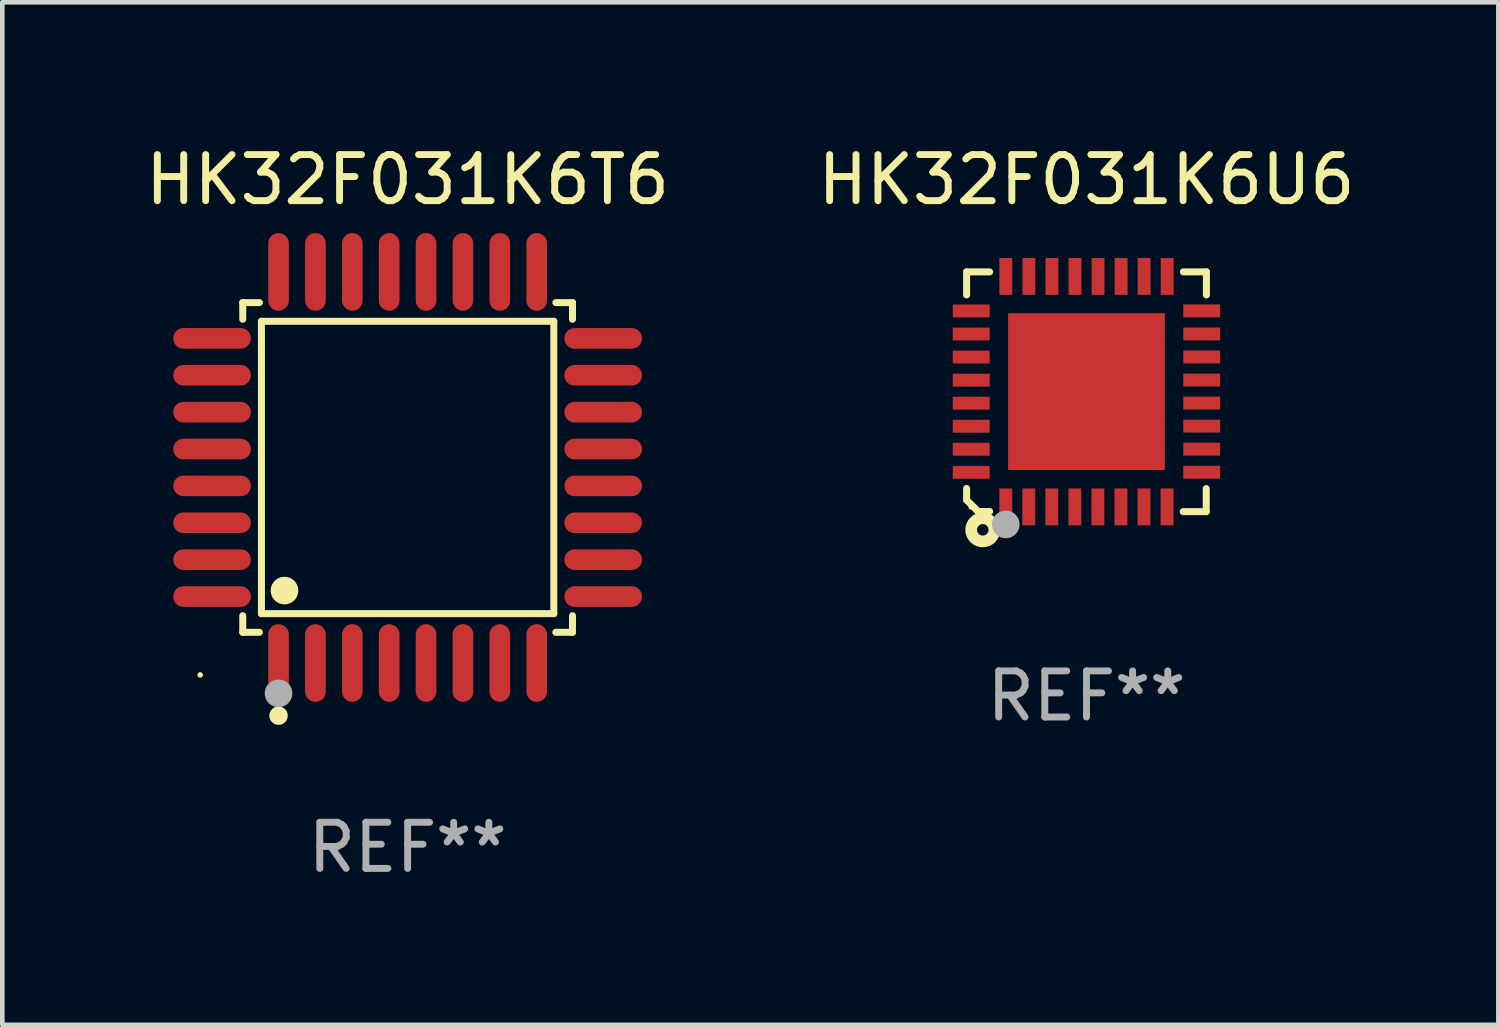
<source format=kicad_pcb>
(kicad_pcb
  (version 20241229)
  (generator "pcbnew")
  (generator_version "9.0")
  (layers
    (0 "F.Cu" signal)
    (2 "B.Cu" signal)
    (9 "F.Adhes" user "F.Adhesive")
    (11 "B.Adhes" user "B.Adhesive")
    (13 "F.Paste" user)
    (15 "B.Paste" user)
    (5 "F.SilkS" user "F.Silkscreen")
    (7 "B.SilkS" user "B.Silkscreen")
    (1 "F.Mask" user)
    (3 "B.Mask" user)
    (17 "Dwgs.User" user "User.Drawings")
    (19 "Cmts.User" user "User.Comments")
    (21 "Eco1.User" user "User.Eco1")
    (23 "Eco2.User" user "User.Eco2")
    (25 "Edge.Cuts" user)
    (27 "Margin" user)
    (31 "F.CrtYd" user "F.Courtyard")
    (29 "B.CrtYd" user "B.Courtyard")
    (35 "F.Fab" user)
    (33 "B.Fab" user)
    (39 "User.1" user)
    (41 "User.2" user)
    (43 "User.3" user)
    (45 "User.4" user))
  (footprint "HK32F031K6U6"
    (layer "F.Cu")
    (at 20.518 5.448)
    (property "Reference" "HK32F031K6U6" (at 0 -4.6 0) (layer "F.SilkS") (effects (font (size 1 1) (thickness 0.15))))
    (attr through_hole)
    (fp_line (start -2.601 2.097) (end -2.601 2.347) (stroke (width 0.152) (type solid)) (layer "F.SilkS"))
    (fp_line (start -2.601 2.347) (end -2.351 2.597) (stroke (width 0.152) (type solid)) (layer "F.SilkS"))
    (fp_line (start -2.601 -2.6) (end -2.601 -2.1) (stroke (width 0.152) (type solid)) (layer "F.SilkS"))
    (fp_line (start -2.601 -2.6) (end -2.101 -2.6) (stroke (width 0.152) (type solid)) (layer "F.SilkS"))
    (fp_line (start -2.351 2.597) (end -2.101 2.597) (stroke (width 0.152) (type solid)) (layer "F.SilkS"))
    (fp_line (start 2.597 2.6) (end 2.097 2.6) (stroke (width 0.152) (type solid)) (layer "F.SilkS"))
    (fp_line (start 2.597 2.6) (end 2.597 2.1) (stroke (width 0.152) (type solid)) (layer "F.SilkS"))
    (fp_line (start 2.601 -2.6) (end 2.101 -2.6) (stroke (width 0.152) (type solid)) (layer "F.SilkS"))
    (fp_line (start 2.601 -2.6) (end 2.601 -2.1) (stroke (width 0.152) (type solid)) (layer "F.SilkS"))
    (fp_circle (center -2.501 2.497) (end -2.471 2.497) (stroke (width 0.06) (type solid)) (fill no) (layer "F.SilkS"))
    (fp_circle (center -2.25 2.995) (end -2.125 2.995) (stroke (width 0.254) (type solid)) (fill no) (layer "F.SilkS"))
    (fp_circle (center -1.751 2.878) (end -1.601 2.878) (stroke (width 0.3) (type solid)) (fill no) (layer "F.Fab"))
    (fp_text user "REF**" (at 0 6.6 0) (layer "F.Fab") (effects (font (size 1 1) (thickness 0.15))))
    (pad "1" smd rect (at -1.751 2.497) (size 0.28 0.8) (layers "F.Cu" "F.Mask" "F.Paste"))
    (pad "2" smd rect (at -1.253 2.497) (size 0.28 0.8) (layers "F.Cu" "F.Mask" "F.Paste"))
    (pad "3" smd rect (at -0.753 2.497) (size 0.28 0.8) (layers "F.Cu" "F.Mask" "F.Paste"))
    (pad "4" smd rect (at -0.253 2.497) (size 0.28 0.8) (layers "F.Cu" "F.Mask" "F.Paste"))
    (pad "5" smd rect (at 0.247 2.497) (size 0.28 0.8) (layers "F.Cu" "F.Mask" "F.Paste"))
    (pad "6" smd rect (at 0.747 2.497) (size 0.28 0.8) (layers "F.Cu" "F.Mask" "F.Paste"))
    (pad "7" smd rect (at 1.247 2.497) (size 0.28 0.8) (layers "F.Cu" "F.Mask" "F.Paste"))
    (pad "8" smd rect (at 1.747 2.497) (size 0.28 0.8) (layers "F.Cu" "F.Mask" "F.Paste"))
    (pad "9" smd rect (at 2.499 1.746) (size 0.8 0.28) (layers "F.Cu" "F.Mask" "F.Paste"))
    (pad "10" smd rect (at 2.499 1.245) (size 0.8 0.28) (layers "F.Cu" "F.Mask" "F.Paste"))
    (pad "11" smd rect (at 2.499 0.746) (size 0.8 0.28) (layers "F.Cu" "F.Mask" "F.Paste"))
    (pad "12" smd rect (at 2.499 0.245) (size 0.8 0.28) (layers "F.Cu" "F.Mask" "F.Paste"))
    (pad "13" smd rect (at 2.499 -0.254) (size 0.8 0.28) (layers "F.Cu" "F.Mask" "F.Paste"))
    (pad "14" smd rect (at 2.499 -0.755) (size 0.8 0.28) (layers "F.Cu" "F.Mask" "F.Paste"))
    (pad "15" smd rect (at 2.499 -1.254) (size 0.8 0.28) (layers "F.Cu" "F.Mask" "F.Paste"))
    (pad "16" smd rect (at 2.499 -1.755) (size 0.8 0.28) (layers "F.Cu" "F.Mask" "F.Paste"))
    (pad "17" smd rect (at 1.75 -2.502) (size 0.28 0.8) (layers "F.Cu" "F.Mask" "F.Paste"))
    (pad "18" smd rect (at 1.25 -2.502) (size 0.28 0.8) (layers "F.Cu" "F.Mask" "F.Paste"))
    (pad "19" smd rect (at 0.75 -2.502) (size 0.28 0.8) (layers "F.Cu" "F.Mask" "F.Paste"))
    (pad "20" smd rect (at 0.25 -2.502) (size 0.28 0.8) (layers "F.Cu" "F.Mask" "F.Paste"))
    (pad "21" smd rect (at -0.25 -2.502) (size 0.28 0.8) (layers "F.Cu" "F.Mask" "F.Paste"))
    (pad "22" smd rect (at -0.75 -2.502) (size 0.28 0.8) (layers "F.Cu" "F.Mask" "F.Paste"))
    (pad "23" smd rect (at -1.25 -2.502) (size 0.28 0.8) (layers "F.Cu" "F.Mask" "F.Paste"))
    (pad "24" smd rect (at -1.75 -2.502) (size 0.28 0.8) (layers "F.Cu" "F.Mask" "F.Paste"))
    (pad "25" smd rect (at -2.501 -1.753) (size 0.8 0.28) (layers "F.Cu" "F.Mask" "F.Paste"))
    (pad "26" smd rect (at -2.501 -1.252) (size 0.8 0.28) (layers "F.Cu" "F.Mask" "F.Paste"))
    (pad "27" smd rect (at -2.501 -0.753) (size 0.8 0.28) (layers "F.Cu" "F.Mask" "F.Paste"))
    (pad "28" smd rect (at -2.501 -0.252) (size 0.8 0.28) (layers "F.Cu" "F.Mask" "F.Paste"))
    (pad "29" smd rect (at -2.501 0.247) (size 0.8 0.28) (layers "F.Cu" "F.Mask" "F.Paste"))
    (pad "30" smd rect (at -2.501 0.748) (size 0.8 0.28) (layers "F.Cu" "F.Mask" "F.Paste"))
    (pad "31" smd rect (at -2.501 1.247) (size 0.8 0.28) (layers "F.Cu" "F.Mask" "F.Paste"))
    (pad "32" smd rect (at -2.501 1.748) (size 0.8 0.28) (layers "F.Cu" "F.Mask" "F.Paste"))
    (pad "33" smd rect (at -0.001 -0.003 180) (size 3.4 3.4) (layers "F.Cu" "F.Mask" "F.Paste")))
  (footprint "HK32F031K6T6"
    (layer "F.Cu")
    (at 5.792 7.09)
    (property "Reference" "HK32F031K6T6" (at 0 -6.242 0) (layer "F.SilkS") (effects (font (size 1 1) (thickness 0.15))))
    (attr through_hole)
    (fp_line (start -3.576 -3.576) (end -3.215 -3.576) (stroke (width 0.152) (type solid)) (layer "F.SilkS"))
    (fp_line (start -3.576 -3.215) (end -3.576 -3.576) (stroke (width 0.152) (type solid)) (layer "F.SilkS"))
    (fp_line (start -3.576 3.215) (end -3.576 3.576) (stroke (width 0.152) (type solid)) (layer "F.SilkS"))
    (fp_line (start -3.576 3.576) (end -3.215 3.576) (stroke (width 0.152) (type solid)) (layer "F.SilkS"))
    (fp_line (start -3.171 -3.171) (end 3.171 -3.171) (stroke (width 0.152) (type solid)) (layer "F.SilkS"))
    (fp_line (start -3.171 3.171) (end -3.171 -3.171) (stroke (width 0.152) (type solid)) (layer "F.SilkS"))
    (fp_line (start 3.171 -3.171) (end 3.171 3.171) (stroke (width 0.152) (type solid)) (layer "F.SilkS"))
    (fp_line (start 3.171 3.171) (end -3.171 3.171) (stroke (width 0.152) (type solid)) (layer "F.SilkS"))
    (fp_line (start 3.576 -3.576) (end 3.215 -3.576) (stroke (width 0.152) (type solid)) (layer "F.SilkS"))
    (fp_line (start 3.576 -3.215) (end 3.576 -3.576) (stroke (width 0.152) (type solid)) (layer "F.SilkS"))
    (fp_line (start 3.576 3.215) (end 3.576 3.576) (stroke (width 0.152) (type solid)) (layer "F.SilkS"))
    (fp_line (start 3.576 3.576) (end 3.215 3.576) (stroke (width 0.152) (type solid)) (layer "F.SilkS"))
    (fp_circle (center -4.5 4.5) (end -4.47 4.5) (stroke (width 0.06) (type solid)) (fill no) (layer "F.SilkS"))
    (fp_circle (center -2.8 5.384) (end -2.7 5.384) (stroke (width 0.2) (type solid)) (fill no) (layer "F.SilkS"))
    (fp_circle (center -2.671 2.671) (end -2.521 2.671) (stroke (width 0.3) (type solid)) (fill no) (layer "F.SilkS"))
    (fp_circle (center -2.8 4.9) (end -2.65 4.9) (stroke (width 0.3) (type solid)) (fill no) (layer "F.Fab"))
    (fp_text user "REF**" (at 0 8.242 0) (layer "F.Fab") (effects (font (size 1 1) (thickness 0.15))))
    (pad "1" smd oval (at -2.8 4.242) (size 0.448 1.684) (layers "F.Cu" "F.Mask" "F.Paste"))
    (pad "2" smd oval (at -2 4.242) (size 0.448 1.684) (layers "F.Cu" "F.Mask" "F.Paste"))
    (pad "3" smd oval (at -1.2 4.242) (size 0.448 1.684) (layers "F.Cu" "F.Mask" "F.Paste"))
    (pad "4" smd oval (at -0.4 4.242) (size 0.448 1.684) (layers "F.Cu" "F.Mask" "F.Paste"))
    (pad "5" smd oval (at 0.4 4.242) (size 0.448 1.684) (layers "F.Cu" "F.Mask" "F.Paste"))
    (pad "6" smd oval (at 1.2 4.242) (size 0.448 1.684) (layers "F.Cu" "F.Mask" "F.Paste"))
    (pad "7" smd oval (at 2 4.242) (size 0.448 1.684) (layers "F.Cu" "F.Mask" "F.Paste"))
    (pad "8" smd oval (at 2.8 4.242) (size 0.448 1.684) (layers "F.Cu" "F.Mask" "F.Paste"))
    (pad "9" smd oval (at 4.242 2.8) (size 1.684 0.448) (layers "F.Cu" "F.Mask" "F.Paste"))
    (pad "10" smd oval (at 4.242 2) (size 1.684 0.448) (layers "F.Cu" "F.Mask" "F.Paste"))
    (pad "11" smd oval (at 4.242 1.2) (size 1.684 0.448) (layers "F.Cu" "F.Mask" "F.Paste"))
    (pad "12" smd oval (at 4.242 0.4) (size 1.684 0.448) (layers "F.Cu" "F.Mask" "F.Paste"))
    (pad "13" smd oval (at 4.242 -0.4) (size 1.684 0.448) (layers "F.Cu" "F.Mask" "F.Paste"))
    (pad "14" smd oval (at 4.242 -1.2) (size 1.684 0.448) (layers "F.Cu" "F.Mask" "F.Paste"))
    (pad "15" smd oval (at 4.242 -2) (size 1.684 0.448) (layers "F.Cu" "F.Mask" "F.Paste"))
    (pad "16" smd oval (at 4.242 -2.8) (size 1.684 0.448) (layers "F.Cu" "F.Mask" "F.Paste"))
    (pad "17" smd oval (at 2.8 -4.242) (size 0.448 1.684) (layers "F.Cu" "F.Mask" "F.Paste"))
    (pad "18" smd oval (at 2 -4.242) (size 0.448 1.684) (layers "F.Cu" "F.Mask" "F.Paste"))
    (pad "19" smd oval (at 1.2 -4.242) (size 0.448 1.684) (layers "F.Cu" "F.Mask" "F.Paste"))
    (pad "20" smd oval (at 0.4 -4.242) (size 0.448 1.684) (layers "F.Cu" "F.Mask" "F.Paste"))
    (pad "21" smd oval (at -0.4 -4.242) (size 0.448 1.684) (layers "F.Cu" "F.Mask" "F.Paste"))
    (pad "22" smd oval (at -1.2 -4.242) (size 0.448 1.684) (layers "F.Cu" "F.Mask" "F.Paste"))
    (pad "23" smd oval (at -2 -4.242) (size 0.448 1.684) (layers "F.Cu" "F.Mask" "F.Paste"))
    (pad "24" smd oval (at -2.8 -4.242) (size 0.448 1.684) (layers "F.Cu" "F.Mask" "F.Paste"))
    (pad "25" smd oval (at -4.242 -2.8) (size 1.684 0.448) (layers "F.Cu" "F.Mask" "F.Paste"))
    (pad "26" smd oval (at -4.242 -2) (size 1.684 0.448) (layers "F.Cu" "F.Mask" "F.Paste"))
    (pad "27" smd oval (at -4.242 -1.2) (size 1.684 0.448) (layers "F.Cu" "F.Mask" "F.Paste"))
    (pad "28" smd oval (at -4.242 -0.4) (size 1.684 0.448) (layers "F.Cu" "F.Mask" "F.Paste"))
    (pad "29" smd oval (at -4.242 0.4) (size 1.684 0.448) (layers "F.Cu" "F.Mask" "F.Paste"))
    (pad "30" smd oval (at -4.242 1.2) (size 1.684 0.448) (layers "F.Cu" "F.Mask" "F.Paste"))
    (pad "31" smd oval (at -4.242 2) (size 1.684 0.448) (layers "F.Cu" "F.Mask" "F.Paste"))
    (pad "32" smd oval (at -4.242 2.8) (size 1.684 0.448) (layers "F.Cu" "F.Mask" "F.Paste")))
  (gr_rect
    (start -3 -3)
    (end 29.452 19.181)
    (stroke (width 0.1) (type default))
    (fill no)
    (layer "Edge.Cuts")))
</source>
